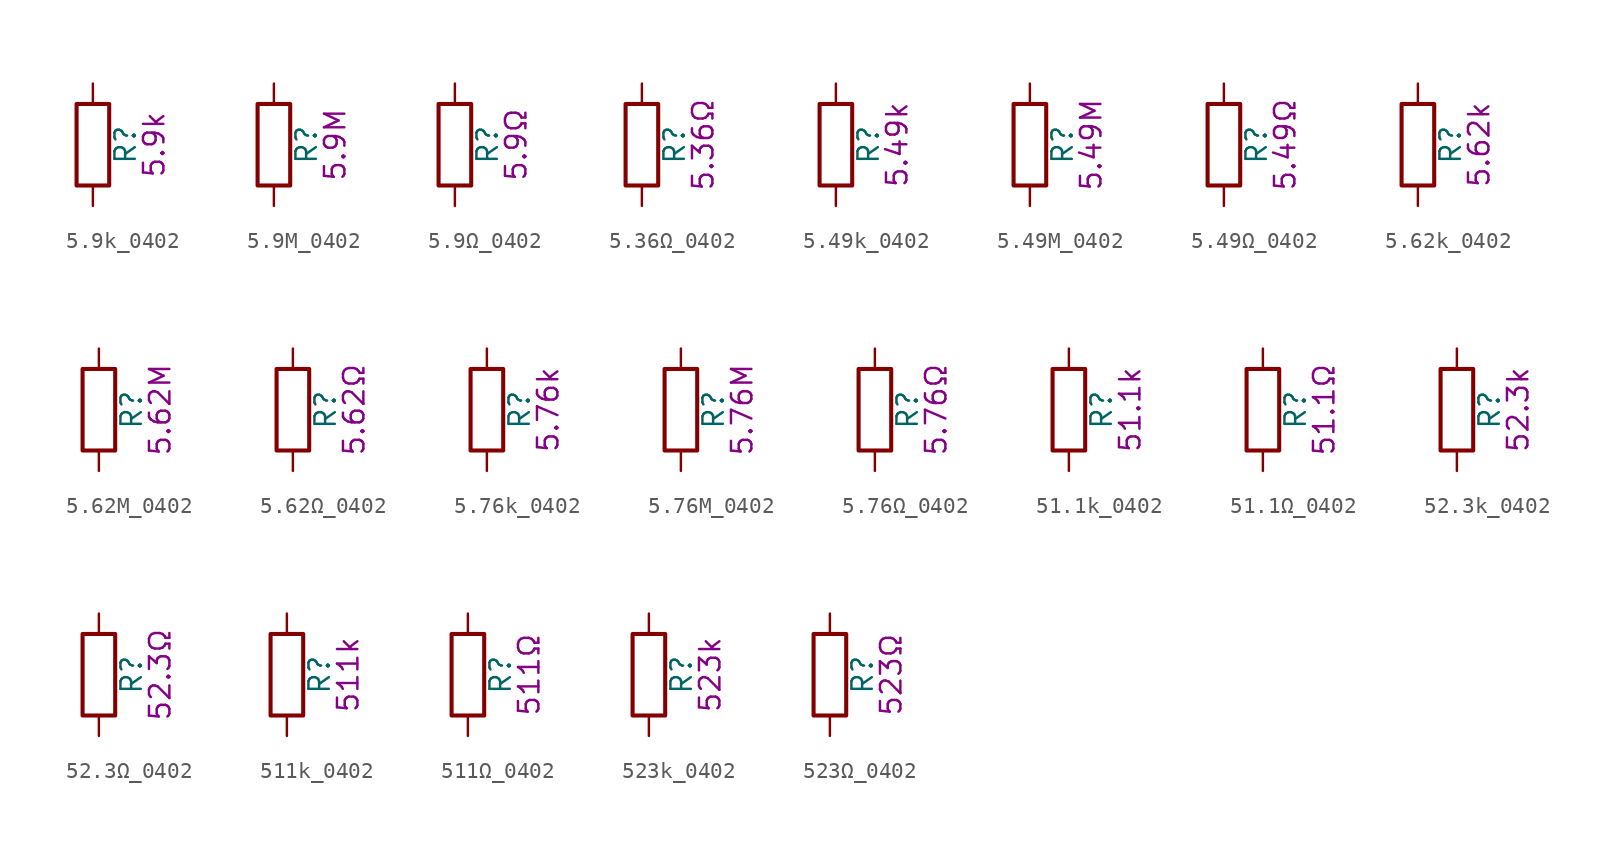
<source format=kicad_sym>
(kicad_symbol_lib
  (version 20211014)
  (generator kicad_symbol_editor)
  (symbol "5.9k_0402"
    (pin_numbers hide)
    (pin_names
      (offset 0))
    (property "Reference" "R"
      (at 2.032 0 90)
      (effects (font (size 1.27 1.27))))
    (property "Display" "5.9k"
      (at 3.81 0 90)
      (effects (font (size 1.27 1.27))))
    (symbol "5.9k_0402_0_1"
      (rectangle (start -1.016 -2.54) (end 1.016 2.54) (stroke (width 0.254) (type default) (color 0 0 0 0)) (fill (type none))))
    (symbol "5.9k_0402_1_1"
      (pin passive line (at 0 3.81 270) (length 1.27) (name "~" (effects (font (size 1.27 1.27)))) (number "1" (effects (font (size 1.27 1.27)))))
      (pin passive line (at 0 -3.81 90) (length 1.27) (name "~" (effects (font (size 1.27 1.27)))) (number "2" (effects (font (size 1.27 1.27)))))))
  (symbol "5.9M_0402"
    (pin_numbers hide)
    (pin_names
      (offset 0))
    (property "Reference" "R"
      (at 2.032 0 90)
      (effects (font (size 1.27 1.27))))
    (property "Display" "5.9M"
      (at 3.81 0 90)
      (effects (font (size 1.27 1.27))))
    (symbol "5.9M_0402_0_1"
      (rectangle (start -1.016 -2.54) (end 1.016 2.54) (stroke (width 0.254) (type default) (color 0 0 0 0)) (fill (type none))))
    (symbol "5.9M_0402_1_1"
      (pin passive line (at 0 3.81 270) (length 1.27) (name "~" (effects (font (size 1.27 1.27)))) (number "1" (effects (font (size 1.27 1.27)))))
      (pin passive line (at 0 -3.81 90) (length 1.27) (name "~" (effects (font (size 1.27 1.27)))) (number "2" (effects (font (size 1.27 1.27)))))))
  (symbol "5.9Ω_0402"
    (pin_numbers hide)
    (pin_names
      (offset 0))
    (property "Reference" "R"
      (at 2.032 0 90)
      (effects (font (size 1.27 1.27))))
    (property "Display" "5.9Ω"
      (at 3.81 0 90)
      (effects (font (size 1.27 1.27))))
    (symbol "5.9Ω_0402_0_1"
      (rectangle (start -1.016 -2.54) (end 1.016 2.54) (stroke (width 0.254) (type default) (color 0 0 0 0)) (fill (type none))))
    (symbol "5.9Ω_0402_1_1"
      (pin passive line (at 0 3.81 270) (length 1.27) (name "~" (effects (font (size 1.27 1.27)))) (number "1" (effects (font (size 1.27 1.27)))))
      (pin passive line (at 0 -3.81 90) (length 1.27) (name "~" (effects (font (size 1.27 1.27)))) (number "2" (effects (font (size 1.27 1.27)))))))
  (symbol "5.36Ω_0402"
    (pin_numbers hide)
    (pin_names
      (offset 0))
    (property "Reference" "R"
      (at 2.032 0 90)
      (effects (font (size 1.27 1.27))))
    (property "Display" "5.36Ω"
      (at 3.81 0 90)
      (effects (font (size 1.27 1.27))))
    (symbol "5.36Ω_0402_0_1"
      (rectangle (start -1.016 -2.54) (end 1.016 2.54) (stroke (width 0.254) (type default) (color 0 0 0 0)) (fill (type none))))
    (symbol "5.36Ω_0402_1_1"
      (pin passive line (at 0 3.81 270) (length 1.27) (name "~" (effects (font (size 1.27 1.27)))) (number "1" (effects (font (size 1.27 1.27)))))
      (pin passive line (at 0 -3.81 90) (length 1.27) (name "~" (effects (font (size 1.27 1.27)))) (number "2" (effects (font (size 1.27 1.27)))))))
  (symbol "5.49k_0402"
    (pin_numbers hide)
    (pin_names
      (offset 0))
    (property "Reference" "R"
      (at 2.032 0 90)
      (effects (font (size 1.27 1.27))))
    (property "Display" "5.49k"
      (at 3.81 0 90)
      (effects (font (size 1.27 1.27))))
    (symbol "5.49k_0402_0_1"
      (rectangle (start -1.016 -2.54) (end 1.016 2.54) (stroke (width 0.254) (type default) (color 0 0 0 0)) (fill (type none))))
    (symbol "5.49k_0402_1_1"
      (pin passive line (at 0 3.81 270) (length 1.27) (name "~" (effects (font (size 1.27 1.27)))) (number "1" (effects (font (size 1.27 1.27)))))
      (pin passive line (at 0 -3.81 90) (length 1.27) (name "~" (effects (font (size 1.27 1.27)))) (number "2" (effects (font (size 1.27 1.27)))))))
  (symbol "5.49M_0402"
    (pin_numbers hide)
    (pin_names
      (offset 0))
    (property "Reference" "R"
      (at 2.032 0 90)
      (effects (font (size 1.27 1.27))))
    (property "Display" "5.49M"
      (at 3.81 0 90)
      (effects (font (size 1.27 1.27))))
    (symbol "5.49M_0402_0_1"
      (rectangle (start -1.016 -2.54) (end 1.016 2.54) (stroke (width 0.254) (type default) (color 0 0 0 0)) (fill (type none))))
    (symbol "5.49M_0402_1_1"
      (pin passive line (at 0 3.81 270) (length 1.27) (name "~" (effects (font (size 1.27 1.27)))) (number "1" (effects (font (size 1.27 1.27)))))
      (pin passive line (at 0 -3.81 90) (length 1.27) (name "~" (effects (font (size 1.27 1.27)))) (number "2" (effects (font (size 1.27 1.27)))))))
  (symbol "5.49Ω_0402"
    (pin_numbers hide)
    (pin_names
      (offset 0))
    (property "Reference" "R"
      (at 2.032 0 90)
      (effects (font (size 1.27 1.27))))
    (property "Display" "5.49Ω"
      (at 3.81 0 90)
      (effects (font (size 1.27 1.27))))
    (symbol "5.49Ω_0402_0_1"
      (rectangle (start -1.016 -2.54) (end 1.016 2.54) (stroke (width 0.254) (type default) (color 0 0 0 0)) (fill (type none))))
    (symbol "5.49Ω_0402_1_1"
      (pin passive line (at 0 3.81 270) (length 1.27) (name "~" (effects (font (size 1.27 1.27)))) (number "1" (effects (font (size 1.27 1.27)))))
      (pin passive line (at 0 -3.81 90) (length 1.27) (name "~" (effects (font (size 1.27 1.27)))) (number "2" (effects (font (size 1.27 1.27)))))))
  (symbol "5.62k_0402"
    (pin_numbers hide)
    (pin_names
      (offset 0))
    (property "Reference" "R"
      (at 2.032 0 90)
      (effects (font (size 1.27 1.27))))
    (property "Display" "5.62k"
      (at 3.81 0 90)
      (effects (font (size 1.27 1.27))))
    (symbol "5.62k_0402_0_1"
      (rectangle (start -1.016 -2.54) (end 1.016 2.54) (stroke (width 0.254) (type default) (color 0 0 0 0)) (fill (type none))))
    (symbol "5.62k_0402_1_1"
      (pin passive line (at 0 3.81 270) (length 1.27) (name "~" (effects (font (size 1.27 1.27)))) (number "1" (effects (font (size 1.27 1.27)))))
      (pin passive line (at 0 -3.81 90) (length 1.27) (name "~" (effects (font (size 1.27 1.27)))) (number "2" (effects (font (size 1.27 1.27)))))))
  (symbol "5.62M_0402"
    (pin_numbers hide)
    (pin_names
      (offset 0))
    (property "Reference" "R"
      (at 2.032 0 90)
      (effects (font (size 1.27 1.27))))
    (property "Display" "5.62M"
      (at 3.81 0 90)
      (effects (font (size 1.27 1.27))))
    (symbol "5.62M_0402_0_1"
      (rectangle (start -1.016 -2.54) (end 1.016 2.54) (stroke (width 0.254) (type default) (color 0 0 0 0)) (fill (type none))))
    (symbol "5.62M_0402_1_1"
      (pin passive line (at 0 3.81 270) (length 1.27) (name "~" (effects (font (size 1.27 1.27)))) (number "1" (effects (font (size 1.27 1.27)))))
      (pin passive line (at 0 -3.81 90) (length 1.27) (name "~" (effects (font (size 1.27 1.27)))) (number "2" (effects (font (size 1.27 1.27)))))))
  (symbol "5.62Ω_0402"
    (pin_numbers hide)
    (pin_names
      (offset 0))
    (property "Reference" "R"
      (at 2.032 0 90)
      (effects (font (size 1.27 1.27))))
    (property "Display" "5.62Ω"
      (at 3.81 0 90)
      (effects (font (size 1.27 1.27))))
    (symbol "5.62Ω_0402_0_1"
      (rectangle (start -1.016 -2.54) (end 1.016 2.54) (stroke (width 0.254) (type default) (color 0 0 0 0)) (fill (type none))))
    (symbol "5.62Ω_0402_1_1"
      (pin passive line (at 0 3.81 270) (length 1.27) (name "~" (effects (font (size 1.27 1.27)))) (number "1" (effects (font (size 1.27 1.27)))))
      (pin passive line (at 0 -3.81 90) (length 1.27) (name "~" (effects (font (size 1.27 1.27)))) (number "2" (effects (font (size 1.27 1.27)))))))
  (symbol "5.76k_0402"
    (pin_numbers hide)
    (pin_names
      (offset 0))
    (property "Reference" "R"
      (at 2.032 0 90)
      (effects (font (size 1.27 1.27))))
    (property "Display" "5.76k"
      (at 3.81 0 90)
      (effects (font (size 1.27 1.27))))
    (symbol "5.76k_0402_0_1"
      (rectangle (start -1.016 -2.54) (end 1.016 2.54) (stroke (width 0.254) (type default) (color 0 0 0 0)) (fill (type none))))
    (symbol "5.76k_0402_1_1"
      (pin passive line (at 0 3.81 270) (length 1.27) (name "~" (effects (font (size 1.27 1.27)))) (number "1" (effects (font (size 1.27 1.27)))))
      (pin passive line (at 0 -3.81 90) (length 1.27) (name "~" (effects (font (size 1.27 1.27)))) (number "2" (effects (font (size 1.27 1.27)))))))
  (symbol "5.76M_0402"
    (pin_numbers hide)
    (pin_names
      (offset 0))
    (property "Reference" "R"
      (at 2.032 0 90)
      (effects (font (size 1.27 1.27))))
    (property "Display" "5.76M"
      (at 3.81 0 90)
      (effects (font (size 1.27 1.27))))
    (symbol "5.76M_0402_0_1"
      (rectangle (start -1.016 -2.54) (end 1.016 2.54) (stroke (width 0.254) (type default) (color 0 0 0 0)) (fill (type none))))
    (symbol "5.76M_0402_1_1"
      (pin passive line (at 0 3.81 270) (length 1.27) (name "~" (effects (font (size 1.27 1.27)))) (number "1" (effects (font (size 1.27 1.27)))))
      (pin passive line (at 0 -3.81 90) (length 1.27) (name "~" (effects (font (size 1.27 1.27)))) (number "2" (effects (font (size 1.27 1.27)))))))
  (symbol "5.76Ω_0402"
    (pin_numbers hide)
    (pin_names
      (offset 0))
    (property "Reference" "R"
      (at 2.032 0 90)
      (effects (font (size 1.27 1.27))))
    (property "Display" "5.76Ω"
      (at 3.81 0 90)
      (effects (font (size 1.27 1.27))))
    (symbol "5.76Ω_0402_0_1"
      (rectangle (start -1.016 -2.54) (end 1.016 2.54) (stroke (width 0.254) (type default) (color 0 0 0 0)) (fill (type none))))
    (symbol "5.76Ω_0402_1_1"
      (pin passive line (at 0 3.81 270) (length 1.27) (name "~" (effects (font (size 1.27 1.27)))) (number "1" (effects (font (size 1.27 1.27)))))
      (pin passive line (at 0 -3.81 90) (length 1.27) (name "~" (effects (font (size 1.27 1.27)))) (number "2" (effects (font (size 1.27 1.27)))))))
  (symbol "51.1k_0402"
    (pin_numbers hide)
    (pin_names
      (offset 0))
    (property "Reference" "R"
      (at 2.032 0 90)
      (effects (font (size 1.27 1.27))))
    (property "Display" "51.1k"
      (at 3.81 0 90)
      (effects (font (size 1.27 1.27))))
    (symbol "51.1k_0402_0_1"
      (rectangle (start -1.016 -2.54) (end 1.016 2.54) (stroke (width 0.254) (type default) (color 0 0 0 0)) (fill (type none))))
    (symbol "51.1k_0402_1_1"
      (pin passive line (at 0 3.81 270) (length 1.27) (name "~" (effects (font (size 1.27 1.27)))) (number "1" (effects (font (size 1.27 1.27)))))
      (pin passive line (at 0 -3.81 90) (length 1.27) (name "~" (effects (font (size 1.27 1.27)))) (number "2" (effects (font (size 1.27 1.27)))))))
  (symbol "51.1Ω_0402"
    (pin_numbers hide)
    (pin_names
      (offset 0))
    (property "Reference" "R"
      (at 2.032 0 90)
      (effects (font (size 1.27 1.27))))
    (property "Display" "51.1Ω"
      (at 3.81 0 90)
      (effects (font (size 1.27 1.27))))
    (symbol "51.1Ω_0402_0_1"
      (rectangle (start -1.016 -2.54) (end 1.016 2.54) (stroke (width 0.254) (type default) (color 0 0 0 0)) (fill (type none))))
    (symbol "51.1Ω_0402_1_1"
      (pin passive line (at 0 3.81 270) (length 1.27) (name "~" (effects (font (size 1.27 1.27)))) (number "1" (effects (font (size 1.27 1.27)))))
      (pin passive line (at 0 -3.81 90) (length 1.27) (name "~" (effects (font (size 1.27 1.27)))) (number "2" (effects (font (size 1.27 1.27)))))))
  (symbol "52.3k_0402"
    (pin_numbers hide)
    (pin_names
      (offset 0))
    (property "Reference" "R"
      (at 2.032 0 90)
      (effects (font (size 1.27 1.27))))
    (property "Display" "52.3k"
      (at 3.81 0 90)
      (effects (font (size 1.27 1.27))))
    (symbol "52.3k_0402_0_1"
      (rectangle (start -1.016 -2.54) (end 1.016 2.54) (stroke (width 0.254) (type default) (color 0 0 0 0)) (fill (type none))))
    (symbol "52.3k_0402_1_1"
      (pin passive line (at 0 3.81 270) (length 1.27) (name "~" (effects (font (size 1.27 1.27)))) (number "1" (effects (font (size 1.27 1.27)))))
      (pin passive line (at 0 -3.81 90) (length 1.27) (name "~" (effects (font (size 1.27 1.27)))) (number "2" (effects (font (size 1.27 1.27)))))))
  (symbol "52.3Ω_0402"
    (pin_numbers hide)
    (pin_names
      (offset 0))
    (property "Reference" "R"
      (at 2.032 0 90)
      (effects (font (size 1.27 1.27))))
    (property "Display" "52.3Ω"
      (at 3.81 0 90)
      (effects (font (size 1.27 1.27))))
    (symbol "52.3Ω_0402_0_1"
      (rectangle (start -1.016 -2.54) (end 1.016 2.54) (stroke (width 0.254) (type default) (color 0 0 0 0)) (fill (type none))))
    (symbol "52.3Ω_0402_1_1"
      (pin passive line (at 0 3.81 270) (length 1.27) (name "~" (effects (font (size 1.27 1.27)))) (number "1" (effects (font (size 1.27 1.27)))))
      (pin passive line (at 0 -3.81 90) (length 1.27) (name "~" (effects (font (size 1.27 1.27)))) (number "2" (effects (font (size 1.27 1.27)))))))
  (symbol "511k_0402"
    (pin_numbers hide)
    (pin_names
      (offset 0))
    (property "Reference" "R"
      (at 2.032 0 90)
      (effects (font (size 1.27 1.27))))
    (property "Display" "511k"
      (at 3.81 0 90)
      (effects (font (size 1.27 1.27))))
    (symbol "511k_0402_0_1"
      (rectangle (start -1.016 -2.54) (end 1.016 2.54) (stroke (width 0.254) (type default) (color 0 0 0 0)) (fill (type none))))
    (symbol "511k_0402_1_1"
      (pin passive line (at 0 3.81 270) (length 1.27) (name "~" (effects (font (size 1.27 1.27)))) (number "1" (effects (font (size 1.27 1.27)))))
      (pin passive line (at 0 -3.81 90) (length 1.27) (name "~" (effects (font (size 1.27 1.27)))) (number "2" (effects (font (size 1.27 1.27)))))))
  (symbol "511Ω_0402"
    (pin_numbers hide)
    (pin_names
      (offset 0))
    (property "Reference" "R"
      (at 2.032 0 90)
      (effects (font (size 1.27 1.27))))
    (property "Display" "511Ω"
      (at 3.81 0 90)
      (effects (font (size 1.27 1.27))))
    (symbol "511Ω_0402_0_1"
      (rectangle (start -1.016 -2.54) (end 1.016 2.54) (stroke (width 0.254) (type default) (color 0 0 0 0)) (fill (type none))))
    (symbol "511Ω_0402_1_1"
      (pin passive line (at 0 3.81 270) (length 1.27) (name "~" (effects (font (size 1.27 1.27)))) (number "1" (effects (font (size 1.27 1.27)))))
      (pin passive line (at 0 -3.81 90) (length 1.27) (name "~" (effects (font (size 1.27 1.27)))) (number "2" (effects (font (size 1.27 1.27)))))))
  (symbol "523k_0402"
    (pin_numbers hide)
    (pin_names
      (offset 0))
    (property "Reference" "R"
      (at 2.032 0 90)
      (effects (font (size 1.27 1.27))))
    (property "Display" "523k"
      (at 3.81 0 90)
      (effects (font (size 1.27 1.27))))
    (symbol "523k_0402_0_1"
      (rectangle (start -1.016 -2.54) (end 1.016 2.54) (stroke (width 0.254) (type default) (color 0 0 0 0)) (fill (type none))))
    (symbol "523k_0402_1_1"
      (pin passive line (at 0 3.81 270) (length 1.27) (name "~" (effects (font (size 1.27 1.27)))) (number "1" (effects (font (size 1.27 1.27)))))
      (pin passive line (at 0 -3.81 90) (length 1.27) (name "~" (effects (font (size 1.27 1.27)))) (number "2" (effects (font (size 1.27 1.27)))))))
  (symbol "523Ω_0402"
    (pin_numbers hide)
    (pin_names
      (offset 0))
    (property "Reference" "R"
      (at 2.032 0 90)
      (effects (font (size 1.27 1.27))))
    (property "Display" "523Ω"
      (at 3.81 0 90)
      (effects (font (size 1.27 1.27))))
    (symbol "523Ω_0402_0_1"
      (rectangle (start -1.016 -2.54) (end 1.016 2.54) (stroke (width 0.254) (type default) (color 0 0 0 0)) (fill (type none))))
    (symbol "523Ω_0402_1_1"
      (pin passive line (at 0 3.81 270) (length 1.27) (name "~" (effects (font (size 1.27 1.27)))) (number "1" (effects (font (size 1.27 1.27)))))
      (pin passive line (at 0 -3.81 90) (length 1.27) (name "~" (effects (font (size 1.27 1.27)))) (number "2" (effects (font (size 1.27 1.27))))))))
</source>
